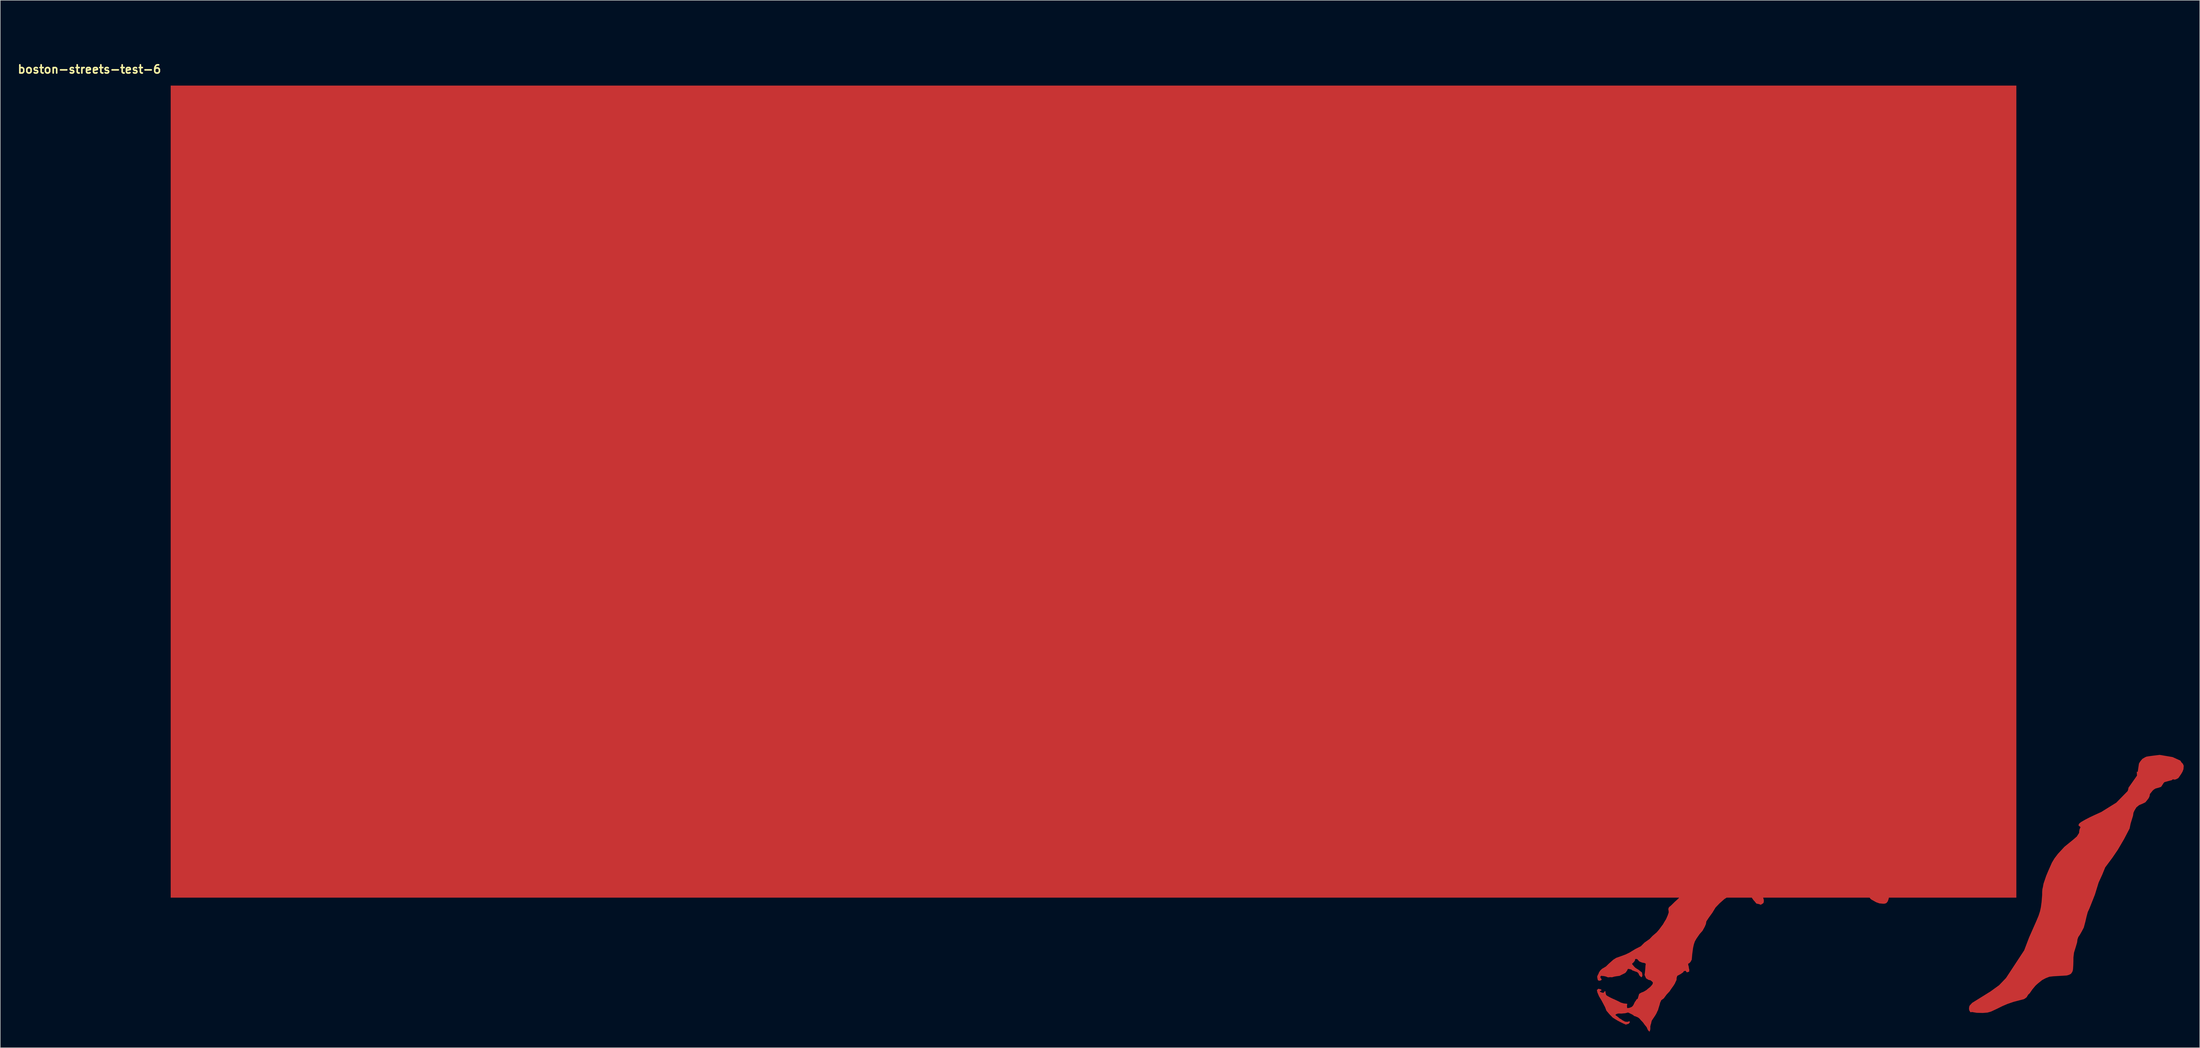
<source format=kicad_pcb>
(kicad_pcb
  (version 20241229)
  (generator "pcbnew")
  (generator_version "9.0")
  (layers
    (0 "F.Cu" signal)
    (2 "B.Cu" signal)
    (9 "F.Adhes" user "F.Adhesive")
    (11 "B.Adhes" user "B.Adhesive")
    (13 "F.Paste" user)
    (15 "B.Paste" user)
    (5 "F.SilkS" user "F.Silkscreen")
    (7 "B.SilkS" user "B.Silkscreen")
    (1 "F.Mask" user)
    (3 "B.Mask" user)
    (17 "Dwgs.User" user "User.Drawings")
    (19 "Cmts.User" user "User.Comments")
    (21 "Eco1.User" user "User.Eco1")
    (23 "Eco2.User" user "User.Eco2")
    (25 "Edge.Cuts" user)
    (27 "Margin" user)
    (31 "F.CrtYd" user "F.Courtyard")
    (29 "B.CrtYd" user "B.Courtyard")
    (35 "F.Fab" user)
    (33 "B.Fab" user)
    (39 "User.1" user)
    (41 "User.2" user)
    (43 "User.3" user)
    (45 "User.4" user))
  (footprint "boston-streets-test-6"
    (layer "F.Cu")
    (at 13.694 0.25)
    (property "Reference" "boston-streets-test-6" (at 0 9.684 0) (layer "F.SilkS") (effects (font (size 1.524 1.524) (thickness 0.305))))
    (attr exclude_from_pos_files exclude_from_bom)
    (fp_poly (pts (xy 15.216 12.732) (xy 360.808 12.732) (xy 360.808 164.873) (xy 15.216 164.873) (xy 15.216 12.732)) (stroke (width 0) (type solid)) (fill yes) (layer "F.Cu"))
    (fp_poly (pts (xy 346.753 43.558) (xy 346.77 43.649) (xy 346.87 43.748) (xy 347.185 43.816) (xy 351.605 44.118) (xy 351.882 44.141) (xy 351.987 44.087) (xy 352.009 44.028) (xy 351.99 43.962) (xy 351.952 43.908) (xy 351.832 43.838) (xy 346.933 43.495) (xy 346.821 43.508) (xy 346.753 43.557) (xy 346.753 43.558)) (stroke (width 0) (type solid)) (fill yes) (layer "F.Cu"))
    (fp_poly (pts (xy 287.072 136.494) (xy 287.174 136.524) (xy 287.229 136.524) (xy 287.268 136.514) (xy 287.298 136.499) (xy 287.333 136.454) (xy 287.421 136.332) (xy 287.562 136.08) (xy 287.669 135.895) (xy 287.776 135.712) (xy 287.896 135.492) (xy 288.052 135.236) (xy 288.209 134.959) (xy 288.413 134.604) (xy 288.592 134.271) (xy 288.771 133.918) (xy 288.968 133.542) (xy 289.155 133.162) (xy 289.308 132.837) (xy 289.44 132.543) (xy 289.57 132.207) (xy 289.724 131.857) (xy 289.846 131.553) (xy 289.89 131.442) (xy 289.915 131.382) (xy 289.915 131.357) (xy 289.9 131.333) (xy 289.814 131.299) (xy 289.742 131.274) (xy 289.669 131.244) (xy 289.646 131.244) (xy 289.623 131.252) (xy 289.584 131.302) (xy 289.49 131.492) (xy 289.432 131.604) (xy 289.378 131.71) (xy 289.32 131.841) (xy 289.218 132.057) (xy 289.172 132.178) (xy 289.085 132.371) (xy 288.956 132.668) (xy 288.885 132.815) (xy 288.809 132.964) (xy 288.722 133.133) (xy 288.626 133.309) (xy 288.484 133.606) (xy 288.357 133.836) (xy 288.286 134.006) (xy 288.266 134.101) (xy 288.164 134.319) (xy 288.029 134.557) (xy 287.921 134.785) (xy 287.805 134.993) (xy 287.636 135.268) (xy 287.515 135.473) (xy 287.354 135.696) (xy 287.177 135.961) (xy 287.077 136.113) (xy 286.984 136.26) (xy 286.954 136.346) (xy 286.967 136.385) (xy 287.002 136.441) (xy 287.066 136.49) (xy 287.072 136.494)) (stroke (width 0) (type solid)) (fill yes) (layer "F.Cu"))
    (fp_poly (pts (xy 334.771 144.321) (xy 334.305 144.458) (xy 333.993 144.495) (xy 333.552 144.508) (xy 332.913 144.535) (xy 332.622 144.57) (xy 332.064 144.725) (xy 331.31 144.987) (xy 330.556 145.33) (xy 329.914 145.693) (xy 329.386 145.968) (xy 328.87 146.298) (xy 328.564 146.547) (xy 328.252 146.881) (xy 327.983 147.328) (xy 327.827 147.626) (xy 327.7 147.854) (xy 327.677 148.011) (xy 327.627 148.224) (xy 327.609 148.453) (xy 327.58 148.68) (xy 327.559 148.852) (xy 327.593 149.089) (xy 327.619 149.218) (xy 327.661 149.328) (xy 327.689 149.423) (xy 327.828 149.685) (xy 328.121 150.021) (xy 328.596 150.343) (xy 328.823 150.611) (xy 329.325 151.033) (xy 329.748 151.264) (xy 330.215 151.444) (xy 330.795 151.792) (xy 331.127 152.14) (xy 331.482 152.453) (xy 331.937 152.864) (xy 332.215 153.154) (xy 332.414 153.405) (xy 332.614 153.758) (xy 332.803 154.358) (xy 332.981 155.145) (xy 333.029 155.541) (xy 333.102 155.974) (xy 333.217 156.673) (xy 333.171 159.08) (xy 333.112 159.387) (xy 333.102 159.662) (xy 333.075 159.921) (xy 333.17 160.249) (xy 333.324 160.559) (xy 333.34 161.254) (xy 333.327 161.736) (xy 333.239 162.366) (xy 333.024 163.213) (xy 332.988 163.747) (xy 332.984 163.79) (xy 333.025 164.108) (xy 333.095 164.44) (xy 333.28 164.8) (xy 333.45 165.053) (xy 333.684 165.246) (xy 334.128 165.49) (xy 334.545 165.729) (xy 335.17 165.953) (xy 335.858 166.013) (xy 336.124 166.007) (xy 336.458 165.902) (xy 336.72 165.589) (xy 336.871 165.186) (xy 336.911 165.01) (xy 336.968 164.787) (xy 337.049 164.568) (xy 337.154 164.198) (xy 337.277 163.921) (xy 337.38 163.676) (xy 337.513 163.418) (xy 337.621 163.182) (xy 337.787 162.904) (xy 338.005 162.636) (xy 338.29 162.266) (xy 338.471 161.996) (xy 338.647 161.67) (xy 338.863 161.286) (xy 339.124 160.96) (xy 339.281 160.718) (xy 339.472 160.29) (xy 339.56 159.676) (xy 339.371 159.105) (xy 339.245 158.805) (xy 339.15 158.621) (xy 339.102 158.434) (xy 339.062 158.181) (xy 339.008 158.087) (xy 339.048 157.891) (xy 339.037 157.695) (xy 339.093 157.442) (xy 339.14 156.987) (xy 339.293 155.361) (xy 339.735 150.092) (xy 339.772 149.139) (xy 339.719 148.332) (xy 339.652 147.749) (xy 339.614 147.132) (xy 340.356 146.488) (xy 340.616 146.126) (xy 340.651 145.921) (xy 340.632 145.728) (xy 340.524 145.498) (xy 340.367 145.239) (xy 340.213 145.044) (xy 339.841 144.821) (xy 339.193 144.582) (xy 338.307 144.439) (xy 337.408 144.297) (xy 336.521 144.224) (xy 335.673 144.14) (xy 335.328 144.167) (xy 334.771 144.325) (xy 334.771 144.321)) (stroke (width 0) (type solid)) (fill yes) (layer "F.Cu"))
    (fp_poly (pts (xy 383.875 139.564) (xy 383.763 139.745) (xy 383.595 140.89) (xy 383.526 141.309) (xy 383.351 141.28) (xy 383.393 141.999) (xy 383.194 142.294) (xy 381.798 144.281) (xy 381.761 144.547) (xy 381.639 144.91) (xy 379.521 147.074) (xy 376.706 148.826) (xy 375.462 149.39) (xy 374.55 149.821) (xy 373.697 150.264) (xy 372.949 150.696) (xy 372.633 150.936) (xy 372.519 151.076) (xy 372.438 151.338) (xy 372.821 151.66) (xy 372.643 152.065) (xy 372.571 152.451) (xy 372.552 152.749) (xy 372.122 153.423) (xy 371.514 153.953) (xy 369.808 155.344) (xy 368.583 156.671) (xy 367.935 157.524) (xy 367.458 158.32) (xy 366.711 160.017) (xy 366.39 160.792) (xy 365.897 162.235) (xy 365.773 162.902) (xy 365.678 163.296) (xy 365.64 163.827) (xy 365.637 164.367) (xy 365.531 165.682) (xy 365.395 166.679) (xy 365.237 167.419) (xy 364.952 168.291) (xy 364.528 169.298) (xy 363.19 172.328) (xy 362.272 174.741) (xy 358.865 179.931) (xy 357.57 181.283) (xy 355.963 182.447) (xy 352.535 184.581) (xy 352.052 185.102) (xy 351.968 185.367) (xy 351.936 185.711) (xy 351.991 186.004) (xy 352.21 186.352) (xy 352.516 186.305) (xy 353.385 186.451) (xy 354.522 186.478) (xy 355.406 186.408) (xy 356.072 186.217) (xy 357.146 185.715) (xy 358.207 185.189) (xy 359.152 184.784) (xy 360.316 184.388) (xy 361.859 183.986) (xy 362.225 183.89) (xy 362.41 183.782) (xy 362.745 183.526) (xy 363.026 183.046) (xy 363.309 182.79) (xy 363.798 182.078) (xy 364.366 181.394) (xy 364.571 181.198) (xy 364.851 180.947) (xy 365.632 180.318) (xy 366.302 179.96) (xy 366.99 179.694) (xy 367.703 179.611) (xy 370.251 179.458) (xy 370.668 179.335) (xy 371.035 179.139) (xy 371.208 178.902) (xy 371.347 178.641) (xy 371.417 178.29) (xy 371.468 177.497) (xy 371.487 176.85) (xy 371.497 176.045) (xy 371.603 175.184) (xy 371.98 173.956) (xy 372.185 173.248) (xy 372.25 172.704) (xy 372.417 172.234) (xy 372.678 171.867) (xy 373.06 171.202) (xy 373.436 170.481) (xy 373.725 169.401) (xy 373.944 168.452) (xy 374.182 167.568) (xy 374.475 166.944) (xy 374.973 165.697) (xy 375.517 164.314) (xy 376.217 162.042) (xy 376.891 160.573) (xy 377.444 159.213) (xy 378.788 157.406) (xy 379.806 155.913) (xy 380.98 153.907) (xy 382.015 151.92) (xy 382.204 151.002) (xy 382.659 149.512) (xy 382.734 148.977) (xy 382.929 148.549) (xy 383.283 147.963) (xy 383.8 147.539) (xy 384.452 147.265) (xy 384.964 147.014) (xy 385.272 146.646) (xy 385.588 146.231) (xy 385.755 145.859) (xy 385.816 145.462) (xy 386.36 144.788) (xy 386.62 144.579) (xy 386.886 144.425) (xy 387.477 144.267) (xy 387.892 144.123) (xy 387.999 143.997) (xy 388.386 143.391) (xy 388.53 143.242) (xy 388.638 143.206) (xy 389.621 142.936) (xy 389.889 142.879) (xy 390.019 142.754) (xy 390.168 142.708) (xy 390.411 142.769) (xy 390.694 142.708) (xy 391.126 142.484) (xy 391.314 142.231) (xy 391.699 141.66) (xy 391.923 141.274) (xy 392.096 140.822) (xy 392.147 140.166) (xy 391.993 139.803) (xy 391.739 139.544) (xy 391.518 139.202) (xy 390.908 138.923) (xy 390.052 138.536) (xy 387.65 138.127) (xy 386.357 138.281) (xy 385.389 138.416) (xy 385.133 138.468) (xy 384.91 138.576) (xy 384.397 138.877) (xy 384.057 139.286) (xy 383.866 139.561) (xy 383.875 139.564)) (stroke (width 0) (type solid)) (fill yes) (layer "F.Cu"))
    (fp_poly (pts (xy 282.26 182.189) (xy 282.356 182.632) (xy 282.666 183.369) (xy 283.097 184.078) (xy 283.475 184.788) (xy 283.799 185.405) (xy 284.042 186.047) (xy 284.607 186.716) (xy 285.239 187.358) (xy 286.057 187.864) (xy 286.554 188.132) (xy 286.902 188.306) (xy 287.318 188.506) (xy 287.734 188.678) (xy 287.867 188.584) (xy 288.175 188.53) (xy 288.336 188.354) (xy 288.443 188.221) (xy 288.389 188.099) (xy 288.348 188.008) (xy 288.201 188.075) (xy 288.027 188.129) (xy 287.812 188.129) (xy 287.545 188.102) (xy 287.344 187.997) (xy 287.022 187.823) (xy 286.794 187.649) (xy 286.539 187.515) (xy 286.405 187.408) (xy 286.27 187.275) (xy 285.747 186.887) (xy 285.799 186.74) (xy 285.803 186.74) (xy 286.027 186.647) (xy 286.188 186.593) (xy 286.43 186.578) (xy 286.658 186.592) (xy 286.966 186.592) (xy 287.153 186.563) (xy 287.394 186.55) (xy 287.622 186.521) (xy 288.063 186.399) (xy 288.264 186.453) (xy 288.438 186.559) (xy 288.599 186.625) (xy 289.069 186.879) (xy 289.217 187.04) (xy 289.432 187.093) (xy 289.753 187.225) (xy 289.941 187.304) (xy 290.21 187.506) (xy 290.357 187.666) (xy 290.544 187.893) (xy 290.679 188.015) (xy 290.962 188.336) (xy 291.083 188.522) (xy 291.244 188.737) (xy 291.392 188.911) (xy 291.526 189.072) (xy 291.661 189.313) (xy 291.715 189.472) (xy 291.809 189.66) (xy 291.944 189.834) (xy 292.118 189.995) (xy 292.237 189.699) (xy 292.264 189.539) (xy 292.277 189.257) (xy 292.273 189.19) (xy 292.263 189.042) (xy 292.275 188.992) (xy 292.343 188.665) (xy 292.423 188.451) (xy 292.462 188.222) (xy 292.542 187.927) (xy 292.742 187.618) (xy 293.195 186.945) (xy 293.434 186.528) (xy 293.593 186.166) (xy 293.714 185.937) (xy 293.805 185.602) (xy 293.951 185.144) (xy 294.031 184.876) (xy 294.11 184.555) (xy 294.324 184.085) (xy 294.791 183.749) (xy 295.338 183.009) (xy 295.871 182.445) (xy 296.137 182.041) (xy 296.616 181.369) (xy 296.87 180.965) (xy 296.99 180.683) (xy 297.176 180.306) (xy 297.202 179.863) (xy 297.334 179.514) (xy 297.695 179.325) (xy 297.948 179.19) (xy 298.429 178.852) (xy 298.549 178.638) (xy 298.897 178.582) (xy 299.005 178.756) (xy 299.1 178.877) (xy 299.541 178.742) (xy 299.567 178.378) (xy 299.558 178.339) (xy 299.5 178.11) (xy 299.471 177.895) (xy 299.445 177.721) (xy 299.377 177.52) (xy 299.362 177.239) (xy 299.373 177.235) (xy 299.563 177.157) (xy 299.817 176.889) (xy 300.029 176.484) (xy 300.12 175.45) (xy 300.276 174.296) (xy 300.421 173.639) (xy 300.606 173.088) (xy 300.912 172.551) (xy 301.498 171.704) (xy 302.045 171.086) (xy 302.47 170.319) (xy 302.683 169.809) (xy 302.763 169.324) (xy 303.215 168.638) (xy 303.896 167.696) (xy 304.481 166.73) (xy 305.241 165.934) (xy 306.123 165.154) (xy 307.059 164.547) (xy 308.009 164.209) (xy 308.932 163.951) (xy 309.668 163.895) (xy 310.15 164.067) (xy 310.848 164.335) (xy 311.171 164.722) (xy 311.345 165.003) (xy 311.573 165.326) (xy 311.801 165.579) (xy 312.124 165.982) (xy 312.633 166.088) (xy 312.955 166.213) (xy 313.405 165.926) (xy 313.511 165.724) (xy 313.525 165.323) (xy 313.521 165.307) (xy 313.365 164.745) (xy 313.244 164.305) (xy 313.178 164.063) (xy 313.163 163.44) (xy 313.169 163.423) (xy 313.244 163.186) (xy 313.512 162.842) (xy 313.579 162.703) (xy 313.567 162.539) (xy 313.567 162.523) (xy 313.486 162.346) (xy 312.955 161.809) (xy 312.34 161.355) (xy 311.924 161.061) (xy 310.597 160.756) (xy 308.91 160.532) (xy 307.892 160.495) (xy 306.606 160.445) (xy 305.737 160.487) (xy 304.572 160.598) (xy 303.221 160.937) (xy 302.7 161.085) (xy 301.91 161.328) (xy 301.308 161.519) (xy 300.719 161.667) (xy 300.305 161.952) (xy 299.65 162.383) (xy 299.317 162.734) (xy 298.983 163.205) (xy 298.609 163.647) (xy 298.023 164.443) (xy 297.477 165.088) (xy 296.862 165.64) (xy 296.316 166.179) (xy 296.036 166.447) (xy 295.849 166.582) (xy 295.701 166.77) (xy 295.656 166.956) (xy 295.635 167.039) (xy 295.658 167.171) (xy 295.669 167.241) (xy 295.691 167.348) (xy 295.698 167.491) (xy 295.706 167.656) (xy 295.519 168.206) (xy 295.214 168.904) (xy 294.881 169.443) (xy 294.628 169.887) (xy 294.361 170.237) (xy 293.894 170.87) (xy 293.454 171.381) (xy 292.679 172.042) (xy 292.132 172.621) (xy 291.157 173.308) (xy 290.491 173.98) (xy 289.475 174.493) (xy 288.366 175.168) (xy 287.644 175.519) (xy 286.801 175.831) (xy 285.879 176.156) (xy 285.345 176.494) (xy 284.463 177.274) (xy 283.957 177.772) (xy 283.208 178.218) (xy 282.874 178.54) (xy 282.635 178.917) (xy 282.582 179.091) (xy 282.41 179.414) (xy 282.338 179.618) (xy 282.316 179.677) (xy 282.358 179.951) (xy 282.385 180.125) (xy 282.453 180.34) (xy 282.627 180.433) (xy 282.814 180.433) (xy 283.043 180.365) (xy 283.175 180.19) (xy 283.102 180.097) (xy 283.028 180.002) (xy 282.933 179.854) (xy 282.933 179.627) (xy 283.132 179.507) (xy 283.319 179.56) (xy 283.519 179.56) (xy 283.948 179.651) (xy 284.258 179.785) (xy 284.507 179.811) (xy 284.699 179.77) (xy 285.101 179.794) (xy 285.516 179.673) (xy 285.903 179.605) (xy 286.519 179.522) (xy 286.747 179.4) (xy 287.067 179.238) (xy 287.429 179.063) (xy 287.669 178.901) (xy 287.815 178.686) (xy 287.961 178.483) (xy 288.027 178.284) (xy 288.174 178.216) (xy 288.71 178.335) (xy 288.858 178.481) (xy 289.421 178.694) (xy 289.783 178.814) (xy 289.917 178.922) (xy 290.05 179.054) (xy 290.104 179.215) (xy 290.239 179.469) (xy 290.413 179.643) (xy 290.615 179.804) (xy 290.787 179.549) (xy 290.779 179.372) (xy 290.774 179.253) (xy 290.734 179.011) (xy 290.68 178.851) (xy 290.506 178.744) (xy 290.25 178.529) (xy 290.036 178.369) (xy 289.552 178.076) (xy 289.365 177.915) (xy 289.218 177.754) (xy 289.11 177.621) (xy 289.002 177.502) (xy 288.853 177.301) (xy 288.917 177.194) (xy 288.933 177.166) (xy 289.08 177.058) (xy 289.334 176.748) (xy 289.413 176.573) (xy 289.413 176.413) (xy 289.56 176.357) (xy 289.801 176.384) (xy 290.029 176.625) (xy 290.149 176.785) (xy 290.323 176.878) (xy 290.618 176.998) (xy 290.832 177.065) (xy 291.18 177.117) (xy 291.388 177.24) (xy 291.408 177.252) (xy 291.356 177.695) (xy 291.318 178.286) (xy 291.253 178.903) (xy 291.209 179.202) (xy 291.187 179.346) (xy 291.47 179.989) (xy 291.94 180.283) (xy 292.289 180.348) (xy 292.544 180.549) (xy 292.729 180.734) (xy 292.732 180.737) (xy 292.732 180.911) (xy 292.666 181.113) (xy 292.48 181.341) (xy 292.239 181.611) (xy 291.813 181.947) (xy 291.518 182.202) (xy 291.011 182.499) (xy 290.73 182.607) (xy 290.502 182.702) (xy 290.168 182.918) (xy 289.904 183.818) (xy 289.677 183.953) (xy 289.557 184.169) (xy 289.357 184.438) (xy 289.078 185.029) (xy 288.837 185.311) (xy 288.677 185.392) (xy 288.33 185.527) (xy 287.955 185.569) (xy 287.914 185.407) (xy 287.901 185.138) (xy 287.908 185.08) (xy 287.953 184.762) (xy 287.927 184.758) (xy 287.323 184.696) (xy 286.76 184.537) (xy 286.33 184.31) (xy 285.539 183.936) (xy 285.257 183.817) (xy 284.787 183.591) (xy 284.238 183.296) (xy 283.996 183.11) (xy 283.942 182.868) (xy 283.875 182.681) (xy 283.896 182.548) (xy 283.902 182.52) (xy 283.876 182.491) (xy 283.767 182.36) (xy 283.513 182.696) (xy 283.286 182.682) (xy 283.019 182.589) (xy 282.791 182.455) (xy 282.933 182.347) (xy 282.95 182.334) (xy 283.151 182.239) (xy 283.061 182.092) (xy 283.043 182.065) (xy 282.869 182.026) (xy 282.695 181.972) (xy 282.533 181.946) (xy 282.399 182.068) (xy 282.301 182.157) (xy 282.266 182.19) (xy 282.26 182.189)) (stroke (width 0) (type solid)) (fill yes) (layer "F.Cu"))
    (fp_poly (pts (xy 350.084 55.245) (xy 350.03 55.2) (xy 349.958 55.126) (xy 349.922 55.084) (xy 349.877 55.025) (xy 349.838 54.971) (xy 349.803 54.911) (xy 349.772 54.861) (xy 349.755 54.81) (xy 349.739 54.745) (xy 349.713 54.685) (xy 349.672 54.606) (xy 349.646 54.547) (xy 349.624 54.508) (xy 349.59 54.435) (xy 349.573 54.379) (xy 349.523 54.298) (xy 349.482 54.244) (xy 349.43 54.193) (xy 349.369 54.138) (xy 349.284 54.107) (xy 349.212 54.053) (xy 349.173 54.018) (xy 349.134 53.984) (xy 349.062 53.931) (xy 349.002 53.872) (xy 348.964 53.845) (xy 348.909 53.808) (xy 348.85 53.771) (xy 348.787 53.731) (xy 348.725 53.699) (xy 348.635 53.652) (xy 348.501 53.586) (xy 348.452 53.561) (xy 348.413 53.538) (xy 348.362 53.52) (xy 348.289 53.493) (xy 348.196 53.461) (xy 348.111 53.453) (xy 348.035 53.451) (xy 347.973 53.437) (xy 347.901 53.443) (xy 347.831 53.452) (xy 347.779 53.452) (xy 347.669 53.424) (xy 347.603 53.41) (xy 347.546 53.41) (xy 347.491 53.402) (xy 347.442 53.391) (xy 347.347 53.382) (xy 347.255 53.379) (xy 347.199 53.374) (xy 347.126 53.374) (xy 347.031 53.383) (xy 346.936 53.404) (xy 346.855 53.417) (xy 346.781 53.435) (xy 346.689 53.449) (xy 346.615 53.463) (xy 346.537 53.475) (xy 346.457 53.485) (xy 346.408 53.494) (xy 346.308 53.522) (xy 346.226 53.551) (xy 346.14 53.574) (xy 346.065 53.576) (xy 345.966 53.568) (xy 345.876 53.56) (xy 345.759 53.564) (xy 345.702 53.574) (xy 345.625 53.63) (xy 345.59 53.661) (xy 345.539 53.718) (xy 345.485 53.79) (xy 345.452 53.838) (xy 345.406 53.895) (xy 345.366 53.961) (xy 345.344 54.002) (xy 345.328 54.066) (xy 345.317 54.147) (xy 345.308 54.231) (xy 345.332 54.32) (xy 345.363 54.352) (xy 345.414 54.397) (xy 345.49 54.411) (xy 345.54 54.413) (xy 345.611 54.401) (xy 345.66 54.381) (xy 345.752 54.324) (xy 345.796 54.267) (xy 345.848 54.223) (xy 345.91 54.163) (xy 345.934 54.122) (xy 345.934 54.073) (xy 345.918 54.018) (xy 345.87 53.922) (xy 345.874 53.877) (xy 345.951 53.854) (xy 346.007 53.852) (xy 346.07 53.852) (xy 346.134 53.854) (xy 346.345 53.88) (xy 346.427 53.872) (xy 346.515 53.911) (xy 346.565 53.943) (xy 346.631 53.993) (xy 346.703 54.035) (xy 346.78 54.101) (xy 346.846 54.172) (xy 346.915 54.242) (xy 346.992 54.325) (xy 347.05 54.385) (xy 347.118 54.46) (xy 347.195 54.552) (xy 347.248 54.612) (xy 347.322 54.698) (xy 347.333 54.749) (xy 347.374 54.797) (xy 347.413 54.853) (xy 347.457 54.915) (xy 347.532 54.996) (xy 347.572 55.026) (xy 347.606 55.054) (xy 347.66 55.084) (xy 347.758 55.084) (xy 347.802 55.053) (xy 347.837 55.025) (xy 347.888 54.976) (xy 347.931 54.937) (xy 348.023 54.911) (xy 348.084 54.957) (xy 348.08 55.027) (xy 348.061 55.095) (xy 348.053 55.142) (xy 348.042 55.196) (xy 348.023 55.25) (xy 348.012 55.303) (xy 348.001 55.365) (xy 347.976 55.43) (xy 347.962 55.485) (xy 347.948 55.526) (xy 347.945 55.57) (xy 347.948 55.651) (xy 347.945 55.708) (xy 347.908 55.754) (xy 347.86 55.812) (xy 347.846 55.852) (xy 347.846 55.905) (xy 347.854 55.972) (xy 347.877 56.045) (xy 347.914 56.118) (xy 347.964 56.18) (xy 348.057 56.242) (xy 348.126 56.298) (xy 348.138 56.352) (xy 348.111 56.427) (xy 348.095 56.556) (xy 348.128 56.587) (xy 348.178 56.608) (xy 348.235 56.634) (xy 348.288 56.681) (xy 348.307 56.72) (xy 348.315 56.765) (xy 348.279 56.8) (xy 348.215 56.819) (xy 348.161 56.844) (xy 348.112 56.867) (xy 348.074 56.892) (xy 348.042 56.928) (xy 348.008 57.027) (xy 348.043 57.073) (xy 348.123 57.148) (xy 348.173 57.175) (xy 348.232 57.214) (xy 348.271 57.249) (xy 348.3 57.285) (xy 348.336 57.336) (xy 348.374 57.403) (xy 348.407 57.449) (xy 348.455 57.495) (xy 348.493 57.526) (xy 348.521 57.559) (xy 348.548 57.61) (xy 348.551 57.654) (xy 348.537 57.695) (xy 348.502 57.748) (xy 348.464 57.777) (xy 348.413 57.796) (xy 348.359 57.814) (xy 348.311 57.837) (xy 348.243 57.874) (xy 348.181 57.911) (xy 348.132 57.93) (xy 348.045 57.973) (xy 347.996 57.999) (xy 347.939 58.032) (xy 347.888 58.058) (xy 347.811 58.077) (xy 347.76 58.065) (xy 347.683 58.046) (xy 347.618 58.048) (xy 347.509 58.047) (xy 347.397 58.051) (xy 347.266 58.055) (xy 347.166 58.042) (xy 347.108 58.016) (xy 347.05 57.981) (xy 347.015 57.953) (xy 346.959 57.905) (xy 346.909 57.843) (xy 346.857 57.78) (xy 346.808 57.722) (xy 346.715 57.652) (xy 346.615 57.6) (xy 346.535 57.541) (xy 346.48 57.484) (xy 346.417 57.428) (xy 346.35 57.38) (xy 346.279 57.336) (xy 346.18 57.286) (xy 346.129 57.245) (xy 346.095 57.189) (xy 346.076 57.149) (xy 346.08 57.087) (xy 346.126 57.039) (xy 346.217 57.059) (xy 346.284 57.07) (xy 346.327 57.075) (xy 346.414 57.067) (xy 346.422 57.019) (xy 346.372 56.983) (xy 346.327 56.959) (xy 346.255 56.881) (xy 346.2 56.844) (xy 346.142 56.785) (xy 346.062 56.753) (xy 345.98 56.696) (xy 345.873 56.638) (xy 345.783 56.595) (xy 345.652 56.531) (xy 345.558 56.469) (xy 345.479 56.38) (xy 345.413 56.299) (xy 345.338 56.223) (xy 345.24 56.145) (xy 345.105 56.03) (xy 345.014 55.941) (xy 344.917 55.847) (xy 344.859 55.79) (xy 344.82 55.723) (xy 344.809 55.62) (xy 344.789 55.536) (xy 344.766 55.396) (xy 344.751 55.278) (xy 344.76 55.16) (xy 344.802 55.012) (xy 344.823 54.926) (xy 344.88 54.865) (xy 344.908 54.825) (xy 344.942 54.759) (xy 344.961 54.721) (xy 344.926 54.651) (xy 344.869 54.601) (xy 344.798 54.539) (xy 344.771 54.482) (xy 344.771 54.409) (xy 344.786 54.367) (xy 344.797 54.281) (xy 344.824 54.235) (xy 344.82 54.184) (xy 344.795 54.123) (xy 344.765 54.053) (xy 344.723 54.001) (xy 344.648 53.961) (xy 344.609 53.938) (xy 344.538 53.941) (xy 344.446 53.969) (xy 344.337 54.015) (xy 344.301 54.057) (xy 344.258 54.132) (xy 344.235 54.181) (xy 344.215 54.236) (xy 344.196 54.298) (xy 344.208 54.417) (xy 344.212 54.586) (xy 344.227 54.69) (xy 344.257 54.805) (xy 344.28 54.926) (xy 344.314 55.133) (xy 344.353 55.278) (xy 344.372 55.362) (xy 344.407 55.505) (xy 344.431 55.608) (xy 344.465 55.779) (xy 344.488 55.903) (xy 344.516 56.013) (xy 344.56 56.086) (xy 344.59 56.153) (xy 344.659 56.277) (xy 344.701 56.361) (xy 344.765 56.45) (xy 344.844 56.553) (xy 344.914 56.634) (xy 345.001 56.728) (xy 345.064 56.801) (xy 345.157 56.905) (xy 345.237 57) (xy 345.314 57.094) (xy 345.407 57.183) (xy 345.465 57.24) (xy 345.539 57.305) (xy 345.654 57.391) (xy 345.758 57.456) (xy 345.872 57.531) (xy 345.95 57.585) (xy 345.986 57.615) (xy 346.034 57.66) (xy 346.097 57.725) (xy 346.136 57.791) (xy 346.198 57.847) (xy 346.294 57.926) (xy 346.32 57.961) (xy 346.383 58.036) (xy 346.447 58.107) (xy 346.471 58.167) (xy 346.452 58.227) (xy 346.403 58.294) (xy 346.366 58.352) (xy 346.263 58.432) (xy 346.222 58.491) (xy 346.196 58.548) (xy 346.171 58.609) (xy 346.155 58.674) (xy 346.155 58.741) (xy 346.155 58.79) (xy 346.182 58.829) (xy 346.24 58.868) (xy 346.291 58.898) (xy 346.341 58.942) (xy 346.399 58.94) (xy 346.426 58.987) (xy 346.499 59.021) (xy 346.552 59.068) (xy 346.607 59.13) (xy 346.678 59.149) (xy 346.723 59.124) (xy 346.732 59.083) (xy 346.723 59.031) (xy 346.718 58.985) (xy 346.714 58.927) (xy 346.709 58.881) (xy 346.705 58.8) (xy 346.697 58.736) (xy 346.686 58.68) (xy 346.682 58.626) (xy 346.675 58.567) (xy 346.662 58.514) (xy 346.657 58.468) (xy 346.661 58.427) (xy 346.657 58.383) (xy 346.676 58.324) (xy 346.711 58.25) (xy 346.754 58.244) (xy 346.809 58.252) (xy 346.863 58.279) (xy 346.925 58.325) (xy 346.975 58.36) (xy 347.098 58.391) (xy 347.18 58.418) (xy 347.232 58.435) (xy 347.322 58.452) (xy 347.434 58.487) (xy 347.525 58.516) (xy 347.65 58.537) (xy 347.737 58.567) (xy 347.833 58.595) (xy 347.92 58.62) (xy 347.982 58.63) (xy 348.054 58.651) (xy 348.182 58.675) (xy 348.278 58.688) (xy 348.367 58.706) (xy 348.433 58.709) (xy 348.51 58.701) (xy 348.586 58.675) (xy 348.64 58.653) (xy 348.705 58.639) (xy 348.769 58.626) (xy 348.848 58.601) (xy 348.927 58.575) (xy 348.976 58.545) (xy 349.029 58.52) (xy 349.072 58.491) (xy 349.107 58.466) (xy 349.155 58.42) (xy 349.196 58.363) (xy 349.245 58.292) (xy 349.296 58.235) (xy 349.351 58.178) (xy 349.403 58.12) (xy 349.475 58.074) (xy 349.551 58.024) (xy 349.64 57.984) (xy 349.702 57.958) (xy 349.764 57.88) (xy 349.806 57.841) (xy 349.855 57.8) (xy 349.895 57.767) (xy 349.955 57.713) (xy 350.036 57.637) (xy 350.073 57.594) (xy 350.111 57.56) (xy 350.152 57.522) (xy 350.192 57.478) (xy 350.237 57.437) (xy 350.269 57.406) (xy 350.318 57.347) (xy 350.358 57.291) (xy 350.429 57.245) (xy 350.458 57.173) (xy 350.485 57.077) (xy 350.496 57.032) (xy 350.509 56.967) (xy 350.526 56.894) (xy 350.539 56.816) (xy 350.553 56.763) (xy 350.576 56.696) (xy 350.58 56.623) (xy 350.594 56.539) (xy 350.623 56.485) (xy 350.627 56.425) (xy 350.624 56.371) (xy 350.603 56.295) (xy 350.572 56.19) (xy 350.536 56.101) (xy 350.497 56.001) (xy 350.474 55.953) (xy 350.441 55.875) (xy 350.435 55.819) (xy 350.394 55.719) (xy 350.35 55.63) (xy 350.31 55.573) (xy 350.284 55.534) (xy 350.258 55.499) (xy 350.176 55.388) (xy 350.12 55.312) (xy 350.088 55.241) (xy 350.084 55.245)) (stroke (width 0) (type solid)) (fill yes) (layer "F.Cu")))
  (gr_rect
    (start -3 -3)
    (end 408.841 193.245)
    (stroke (width 0.1) (type default))
    (fill no)
    (layer "Edge.Cuts")))
</source>
